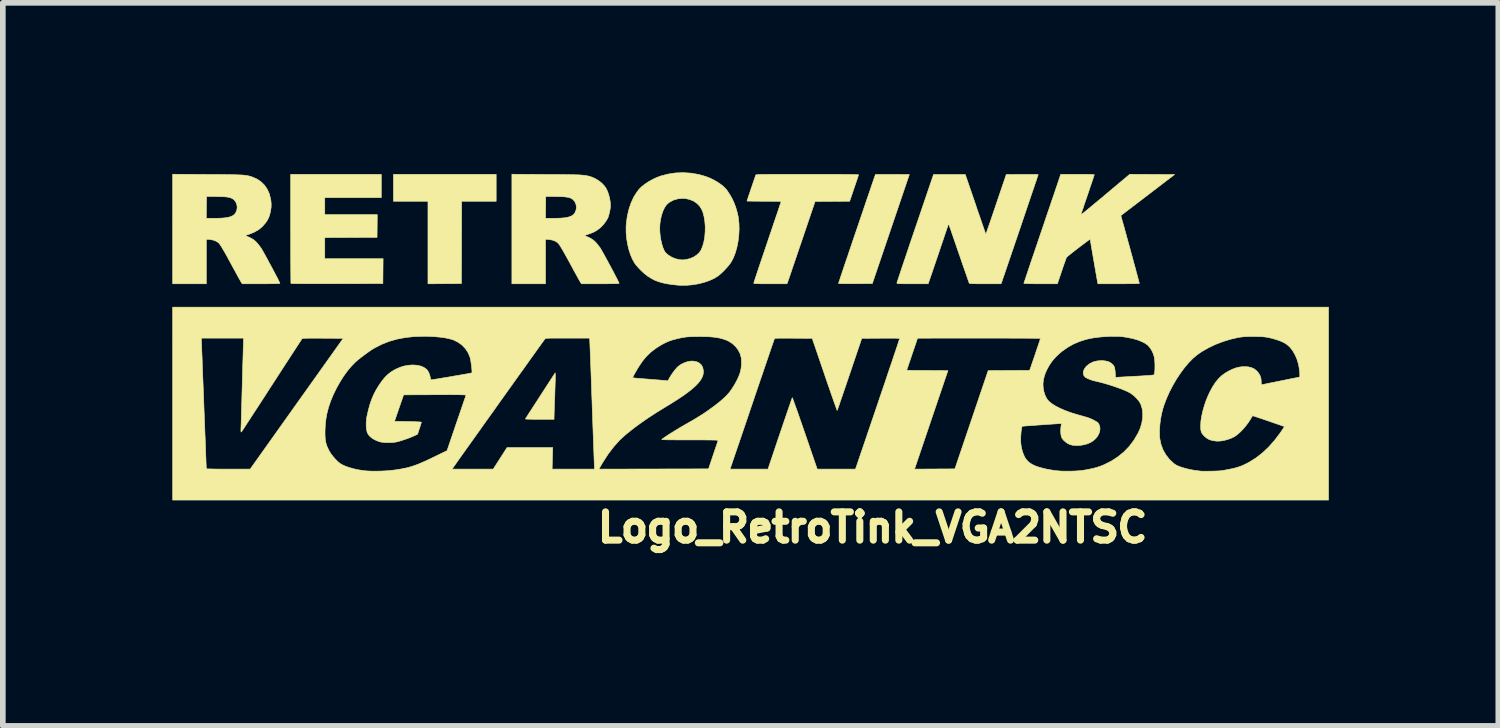
<source format=kicad_pcb>
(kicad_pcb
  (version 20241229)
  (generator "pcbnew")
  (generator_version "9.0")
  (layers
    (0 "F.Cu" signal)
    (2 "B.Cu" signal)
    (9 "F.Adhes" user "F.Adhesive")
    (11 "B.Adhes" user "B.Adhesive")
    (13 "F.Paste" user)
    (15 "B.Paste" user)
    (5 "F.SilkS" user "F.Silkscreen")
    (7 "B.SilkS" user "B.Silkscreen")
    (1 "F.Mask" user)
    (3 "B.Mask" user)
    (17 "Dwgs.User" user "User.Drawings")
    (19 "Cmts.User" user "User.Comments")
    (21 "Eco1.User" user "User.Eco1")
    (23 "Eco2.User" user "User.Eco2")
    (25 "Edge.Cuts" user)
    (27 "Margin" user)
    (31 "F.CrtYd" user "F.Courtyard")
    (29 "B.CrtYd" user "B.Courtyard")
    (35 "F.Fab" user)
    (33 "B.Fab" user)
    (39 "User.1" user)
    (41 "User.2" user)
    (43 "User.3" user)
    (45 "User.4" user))
  (footprint "Logo_RetroTink_VGA2NTSC"
    (layer "F.Cu")
    (at 10.359 5.394)
    (property "Reference" "Logo_RetroTink_VGA2NTSC" (at 2.032 0.889 0) (layer "F.SilkS") (effects (font (size 0.5 0.5) (thickness 0.125))))
    (attr through_hole)
    (fp_poly (pts (xy -4.629 -4.883) (xy -5.24 -4.883) (xy -5.242 -4.155) (xy -5.244 -3.426) (xy -5.54 -3.424) (xy -5.836 -3.422) (xy -5.836 -4.883) (xy -6.447 -4.883) (xy -6.447 -5.359) (xy -4.629 -5.359) (xy -4.629 -4.883)) (stroke (width 0.01) (type solid)) (fill yes) (layer "F.SilkS"))
    (fp_poly (pts (xy -3.582 -1.806) (xy -3.582 -1.79) (xy -3.583 -1.76) (xy -3.583 -1.718) (xy -3.585 -1.665) (xy -3.587 -1.604) (xy -3.589 -1.537) (xy -3.591 -1.466) (xy -3.592 -1.433) (xy -3.595 -1.361) (xy -3.598 -1.292) (xy -3.6 -1.228) (xy -3.602 -1.172) (xy -3.603 -1.125) (xy -3.604 -1.09) (xy -3.605 -1.067) (xy -3.605 -1.062) (xy -3.605 -1.024) (xy -3.859 -1.024) (xy -3.921 -1.024) (xy -3.977 -1.025) (xy -4.026 -1.026) (xy -4.065 -1.027) (xy -4.094 -1.028) (xy -4.109 -1.03) (xy -4.112 -1.031) (xy -4.107 -1.038) (xy -4.094 -1.058) (xy -4.075 -1.089) (xy -4.049 -1.13) (xy -4.017 -1.179) (xy -3.98 -1.236) (xy -3.939 -1.299) (xy -3.895 -1.367) (xy -3.849 -1.439) (xy -3.847 -1.442) (xy -3.585 -1.846) (xy -3.582 -1.806)) (stroke (width 0.01) (type solid)) (fill yes) (layer "F.SilkS"))
    (fp_poly (pts (xy -6.662 -4.947) (xy -7.662 -4.947) (xy -7.662 -4.645) (xy -6.733 -4.645) (xy -6.735 -4.444) (xy -6.737 -4.244) (xy -7.662 -4.24) (xy -7.662 -3.867) (xy -6.63 -3.867) (xy -6.632 -3.646) (xy -6.634 -3.426) (xy -7.444 -3.424) (xy -7.556 -3.424) (xy -7.664 -3.424) (xy -7.766 -3.424) (xy -7.862 -3.424) (xy -7.949 -3.424) (xy -8.028 -3.424) (xy -8.098 -3.425) (xy -8.156 -3.425) (xy -8.203 -3.426) (xy -8.236 -3.426) (xy -8.255 -3.427) (xy -8.26 -3.427) (xy -8.261 -3.436) (xy -8.262 -3.459) (xy -8.262 -3.497) (xy -8.263 -3.547) (xy -8.263 -3.609) (xy -8.264 -3.682) (xy -8.264 -3.766) (xy -8.265 -3.858) (xy -8.265 -3.959) (xy -8.265 -4.066) (xy -8.265 -4.18) (xy -8.265 -4.299) (xy -8.266 -4.396) (xy -8.266 -5.359) (xy -6.662 -5.359) (xy -6.662 -4.947)) (stroke (width 0.01) (type solid)) (fill yes) (layer "F.SilkS"))
    (fp_poly (pts (xy 2.309 -5.358) (xy 2.376 -5.358) (xy 2.384 -5.358) (xy 2.682 -5.356) (xy 2.027 -3.426) (xy 1.728 -3.424) (xy 1.641 -3.424) (xy 1.57 -3.424) (xy 1.514 -3.424) (xy 1.472 -3.425) (xy 1.445 -3.427) (xy 1.431 -3.429) (xy 1.429 -3.43) (xy 1.432 -3.439) (xy 1.439 -3.461) (xy 1.451 -3.496) (xy 1.466 -3.543) (xy 1.485 -3.6) (xy 1.508 -3.668) (xy 1.533 -3.743) (xy 1.561 -3.826) (xy 1.592 -3.915) (xy 1.623 -4.01) (xy 1.657 -4.108) (xy 1.691 -4.21) (xy 1.726 -4.313) (xy 1.762 -4.417) (xy 1.797 -4.521) (xy 1.832 -4.624) (xy 1.866 -4.724) (xy 1.899 -4.821) (xy 1.93 -4.913) (xy 1.96 -5) (xy 1.987 -5.079) (xy 2.011 -5.151) (xy 2.033 -5.214) (xy 2.051 -5.267) (xy 2.065 -5.308) (xy 2.076 -5.338) (xy 2.081 -5.354) (xy 2.082 -5.356) (xy 2.091 -5.357) (xy 2.113 -5.358) (xy 2.148 -5.358) (xy 2.194 -5.358) (xy 2.248 -5.358) (xy 2.309 -5.358)) (stroke (width 0.01) (type solid)) (fill yes) (layer "F.SilkS"))
    (fp_poly (pts (xy 1.02 -5.359) (xy 1.147 -5.359) (xy 1.259 -5.359) (xy 1.357 -5.359) (xy 1.443 -5.359) (xy 1.517 -5.358) (xy 1.58 -5.358) (xy 1.633 -5.357) (xy 1.677 -5.357) (xy 1.711 -5.356) (xy 1.738 -5.355) (xy 1.758 -5.354) (xy 1.772 -5.353) (xy 1.78 -5.351) (xy 1.784 -5.349) (xy 1.784 -5.348) (xy 1.78 -5.338) (xy 1.772 -5.315) (xy 1.761 -5.281) (xy 1.746 -5.237) (xy 1.729 -5.186) (xy 1.71 -5.131) (xy 1.703 -5.11) (xy 1.626 -4.883) (xy 1.32 -4.881) (xy 1.014 -4.879) (xy 0.773 -4.168) (xy 0.738 -4.066) (xy 0.705 -3.968) (xy 0.673 -3.874) (xy 0.643 -3.787) (xy 0.616 -3.708) (xy 0.592 -3.636) (xy 0.571 -3.574) (xy 0.553 -3.522) (xy 0.539 -3.482) (xy 0.53 -3.455) (xy 0.525 -3.441) (xy 0.524 -3.44) (xy 0.516 -3.422) (xy 0.222 -3.422) (xy 0.145 -3.422) (xy 0.082 -3.422) (xy 0.032 -3.423) (xy -0.007 -3.424) (xy -0.035 -3.425) (xy -0.054 -3.427) (xy -0.065 -3.429) (xy -0.071 -3.431) (xy -0.071 -3.433) (xy -0.069 -3.442) (xy -0.062 -3.465) (xy -0.05 -3.501) (xy -0.034 -3.549) (xy -0.015 -3.607) (xy 0.008 -3.676) (xy 0.034 -3.753) (xy 0.062 -3.837) (xy 0.093 -3.929) (xy 0.126 -4.025) (xy 0.16 -4.127) (xy 0.171 -4.158) (xy 0.205 -4.261) (xy 0.239 -4.359) (xy 0.27 -4.452) (xy 0.299 -4.538) (xy 0.326 -4.617) (xy 0.35 -4.687) (xy 0.37 -4.748) (xy 0.387 -4.799) (xy 0.4 -4.838) (xy 0.409 -4.864) (xy 0.413 -4.877) (xy 0.413 -4.878) (xy 0.405 -4.879) (xy 0.383 -4.88) (xy 0.349 -4.881) (xy 0.304 -4.882) (xy 0.25 -4.882) (xy 0.189 -4.883) (xy 0.122 -4.883) (xy 0.111 -4.883) (xy 0.044 -4.883) (xy -0.018 -4.884) (xy -0.074 -4.884) (xy -0.12 -4.885) (xy -0.156 -4.885) (xy -0.18 -4.886) (xy -0.19 -4.887) (xy -0.191 -4.887) (xy -0.188 -4.896) (xy -0.181 -4.917) (xy -0.171 -4.948) (xy -0.158 -4.988) (xy -0.142 -5.033) (xy -0.126 -5.083) (xy -0.108 -5.134) (xy -0.091 -5.184) (xy -0.075 -5.231) (xy -0.061 -5.273) (xy -0.049 -5.308) (xy -0.04 -5.333) (xy -0.036 -5.345) (xy -0.036 -5.346) (xy -0.034 -5.348) (xy -0.031 -5.35) (xy -0.025 -5.351) (xy -0.016 -5.353) (xy -0.002 -5.354) (xy 0.017 -5.355) (xy 0.042 -5.356) (xy 0.074 -5.357) (xy 0.113 -5.358) (xy 0.161 -5.358) (xy 0.219 -5.359) (xy 0.287 -5.359) (xy 0.366 -5.359) (xy 0.457 -5.359) (xy 0.562 -5.359) (xy 0.68 -5.359) (xy 0.812 -5.359) (xy 0.879 -5.359) (xy 1.02 -5.359)) (stroke (width 0.01) (type solid)) (fill yes) (layer "F.SilkS"))
    (fp_poly (pts (xy -9.748 -5.357) (xy -9.627 -5.357) (xy -9.521 -5.356) (xy -9.428 -5.355) (xy -9.348 -5.354) (xy -9.278 -5.353) (xy -9.219 -5.351) (xy -9.168 -5.349) (xy -9.126 -5.347) (xy -9.089 -5.344) (xy -9.059 -5.34) (xy -9.032 -5.336) (xy -9.008 -5.331) (xy -8.986 -5.325) (xy -8.965 -5.319) (xy -8.943 -5.311) (xy -8.937 -5.309) (xy -8.855 -5.272) (xy -8.785 -5.223) (xy -8.726 -5.164) (xy -8.679 -5.094) (xy -8.643 -5.014) (xy -8.62 -4.923) (xy -8.615 -4.891) (xy -8.61 -4.834) (xy -8.611 -4.777) (xy -8.62 -4.717) (xy -8.631 -4.667) (xy -8.644 -4.621) (xy -8.659 -4.583) (xy -8.679 -4.546) (xy -8.706 -4.505) (xy -8.712 -4.498) (xy -8.768 -4.433) (xy -8.834 -4.379) (xy -8.91 -4.336) (xy -8.993 -4.302) (xy -9.07 -4.277) (xy -9.039 -4.263) (xy -8.991 -4.242) (xy -8.951 -4.221) (xy -8.917 -4.199) (xy -8.887 -4.173) (xy -8.856 -4.14) (xy -8.821 -4.097) (xy -8.794 -4.061) (xy -8.784 -4.047) (xy -8.769 -4.02) (xy -8.748 -3.984) (xy -8.724 -3.94) (xy -8.696 -3.89) (xy -8.667 -3.836) (xy -8.636 -3.778) (xy -8.604 -3.72) (xy -8.574 -3.663) (xy -8.545 -3.608) (xy -8.518 -3.557) (xy -8.495 -3.513) (xy -8.477 -3.476) (xy -8.464 -3.449) (xy -8.457 -3.433) (xy -8.456 -3.43) (xy -8.464 -3.428) (xy -8.488 -3.426) (xy -8.526 -3.425) (xy -8.58 -3.423) (xy -8.649 -3.423) (xy -8.733 -3.422) (xy -8.789 -3.422) (xy -9.123 -3.422) (xy -9.142 -3.452) (xy -9.15 -3.465) (xy -9.164 -3.491) (xy -9.185 -3.527) (xy -9.21 -3.573) (xy -9.238 -3.625) (xy -9.27 -3.683) (xy -9.304 -3.745) (xy -9.314 -3.764) (xy -9.359 -3.846) (xy -9.397 -3.916) (xy -9.429 -3.974) (xy -9.457 -4.021) (xy -9.479 -4.059) (xy -9.498 -4.09) (xy -9.514 -4.113) (xy -9.527 -4.131) (xy -9.539 -4.145) (xy -9.545 -4.15) (xy -9.581 -4.174) (xy -9.627 -4.193) (xy -9.681 -4.204) (xy -9.699 -4.206) (xy -9.758 -4.21) (xy -9.758 -3.422) (xy -10.354 -3.422) (xy -10.354 -4.581) (xy -9.759 -4.581) (xy -9.61 -4.582) (xy -9.548 -4.582) (xy -9.491 -4.584) (xy -9.443 -4.588) (xy -9.407 -4.592) (xy -9.4 -4.593) (xy -9.341 -4.606) (xy -9.296 -4.624) (xy -9.262 -4.648) (xy -9.238 -4.68) (xy -9.221 -4.721) (xy -9.217 -4.733) (xy -9.212 -4.78) (xy -9.219 -4.827) (xy -9.238 -4.871) (xy -9.266 -4.907) (xy -9.293 -4.928) (xy -9.318 -4.94) (xy -9.346 -4.949) (xy -9.38 -4.956) (xy -9.422 -4.961) (xy -9.475 -4.964) (xy -9.54 -4.965) (xy -9.587 -4.966) (xy -9.754 -4.966) (xy -9.759 -4.581) (xy -10.354 -4.581) (xy -10.354 -5.361) (xy -9.748 -5.357)) (stroke (width 0.01) (type solid)) (fill yes) (layer "F.SilkS"))
    (fp_poly (pts (xy -1.18 -5.38) (xy -1.043 -5.356) (xy -0.92 -5.321) (xy -0.846 -5.292) (xy -0.774 -5.257) (xy -0.706 -5.217) (xy -0.645 -5.175) (xy -0.593 -5.131) (xy -0.553 -5.088) (xy -0.543 -5.074) (xy -0.529 -5.053) (xy -0.51 -5.024) (xy -0.493 -4.998) (xy -0.457 -4.936) (xy -0.423 -4.863) (xy -0.392 -4.783) (xy -0.367 -4.699) (xy -0.348 -4.618) (xy -0.343 -4.585) (xy -0.332 -4.485) (xy -0.33 -4.38) (xy -0.336 -4.274) (xy -0.349 -4.17) (xy -0.369 -4.069) (xy -0.396 -3.974) (xy -0.428 -3.889) (xy -0.466 -3.815) (xy -0.484 -3.788) (xy -0.514 -3.748) (xy -0.552 -3.704) (xy -0.594 -3.659) (xy -0.637 -3.617) (xy -0.677 -3.581) (xy -0.704 -3.56) (xy -0.776 -3.516) (xy -0.86 -3.478) (xy -0.954 -3.446) (xy -1.055 -3.421) (xy -1.159 -3.404) (xy -1.265 -3.395) (xy -1.369 -3.395) (xy -1.425 -3.399) (xy -1.527 -3.41) (xy -1.616 -3.424) (xy -1.694 -3.441) (xy -1.762 -3.462) (xy -1.825 -3.486) (xy -1.883 -3.517) (xy -1.94 -3.552) (xy -1.952 -3.561) (xy -2.008 -3.604) (xy -2.063 -3.655) (xy -2.115 -3.709) (xy -2.16 -3.762) (xy -2.175 -3.783) (xy -2.216 -3.853) (xy -2.251 -3.935) (xy -2.281 -4.026) (xy -2.304 -4.124) (xy -2.321 -4.226) (xy -2.33 -4.328) (xy -2.33 -4.415) (xy -1.735 -4.415) (xy -1.733 -4.343) (xy -1.726 -4.268) (xy -1.714 -4.195) (xy -1.698 -4.126) (xy -1.679 -4.064) (xy -1.657 -4.013) (xy -1.643 -3.989) (xy -1.615 -3.957) (xy -1.576 -3.926) (xy -1.531 -3.898) (xy -1.484 -3.876) (xy -1.448 -3.864) (xy -1.405 -3.854) (xy -1.373 -3.848) (xy -1.347 -3.845) (xy -1.323 -3.845) (xy -1.297 -3.848) (xy -1.268 -3.852) (xy -1.2 -3.868) (xy -1.136 -3.895) (xy -1.081 -3.931) (xy -1.035 -3.974) (xy -1.003 -4.02) (xy -0.975 -4.089) (xy -0.953 -4.168) (xy -0.938 -4.255) (xy -0.931 -4.346) (xy -0.93 -4.438) (xy -0.937 -4.528) (xy -0.951 -4.612) (xy -0.971 -4.689) (xy -0.994 -4.742) (xy -1.031 -4.8) (xy -1.081 -4.849) (xy -1.14 -4.888) (xy -1.208 -4.915) (xy -1.282 -4.931) (xy -1.33 -4.934) (xy -1.41 -4.927) (xy -1.487 -4.905) (xy -1.559 -4.868) (xy -1.575 -4.857) (xy -1.615 -4.82) (xy -1.65 -4.769) (xy -1.68 -4.705) (xy -1.705 -4.629) (xy -1.723 -4.543) (xy -1.731 -4.482) (xy -1.735 -4.415) (xy -2.33 -4.415) (xy -2.33 -4.429) (xy -2.327 -4.483) (xy -2.309 -4.617) (xy -2.28 -4.742) (xy -2.241 -4.856) (xy -2.193 -4.96) (xy -2.135 -5.051) (xy -2.094 -5.102) (xy -2.052 -5.143) (xy -1.997 -5.186) (xy -1.934 -5.228) (xy -1.865 -5.267) (xy -1.794 -5.301) (xy -1.725 -5.327) (xy -1.723 -5.328) (xy -1.591 -5.363) (xy -1.456 -5.384) (xy -1.319 -5.389) (xy -1.18 -5.38)) (stroke (width 0.01) (type solid)) (fill yes) (layer "F.SilkS"))
    (fp_poly (pts (xy -3.746 -5.357) (xy -3.626 -5.357) (xy -3.52 -5.356) (xy -3.428 -5.355) (xy -3.349 -5.354) (xy -3.28 -5.353) (xy -3.222 -5.351) (xy -3.172 -5.35) (xy -3.13 -5.347) (xy -3.094 -5.344) (xy -3.063 -5.341) (xy -3.037 -5.337) (xy -3.013 -5.332) (xy -2.991 -5.327) (xy -2.969 -5.321) (xy -2.946 -5.313) (xy -2.942 -5.312) (xy -2.883 -5.287) (xy -2.824 -5.252) (xy -2.769 -5.211) (xy -2.723 -5.165) (xy -2.688 -5.119) (xy -2.688 -5.118) (xy -2.66 -5.062) (xy -2.637 -4.997) (xy -2.62 -4.928) (xy -2.609 -4.861) (xy -2.607 -4.799) (xy -2.609 -4.773) (xy -2.615 -4.73) (xy -2.625 -4.683) (xy -2.636 -4.639) (xy -2.648 -4.6) (xy -2.659 -4.576) (xy -2.685 -4.532) (xy -2.72 -4.485) (xy -2.758 -4.441) (xy -2.788 -4.413) (xy -2.839 -4.374) (xy -2.892 -4.342) (xy -2.952 -4.316) (xy -2.991 -4.302) (xy -3.068 -4.277) (xy -3.036 -4.263) (xy -2.988 -4.242) (xy -2.948 -4.221) (xy -2.915 -4.199) (xy -2.884 -4.173) (xy -2.853 -4.14) (xy -2.819 -4.097) (xy -2.791 -4.061) (xy -2.782 -4.047) (xy -2.766 -4.02) (xy -2.746 -3.984) (xy -2.721 -3.94) (xy -2.694 -3.89) (xy -2.664 -3.836) (xy -2.633 -3.778) (xy -2.602 -3.72) (xy -2.571 -3.663) (xy -2.542 -3.608) (xy -2.516 -3.557) (xy -2.493 -3.513) (xy -2.474 -3.476) (xy -2.461 -3.449) (xy -2.454 -3.433) (xy -2.453 -3.43) (xy -2.461 -3.428) (xy -2.485 -3.426) (xy -2.524 -3.425) (xy -2.578 -3.423) (xy -2.647 -3.423) (xy -2.73 -3.422) (xy -2.787 -3.422) (xy -3.12 -3.422) (xy -3.139 -3.452) (xy -3.147 -3.465) (xy -3.162 -3.491) (xy -3.182 -3.527) (xy -3.207 -3.573) (xy -3.236 -3.625) (xy -3.268 -3.683) (xy -3.301 -3.745) (xy -3.311 -3.764) (xy -3.356 -3.846) (xy -3.395 -3.916) (xy -3.427 -3.974) (xy -3.454 -4.021) (xy -3.477 -4.059) (xy -3.495 -4.09) (xy -3.511 -4.113) (xy -3.525 -4.131) (xy -3.537 -4.145) (xy -3.542 -4.15) (xy -3.578 -4.174) (xy -3.625 -4.193) (xy -3.678 -4.204) (xy -3.697 -4.206) (xy -3.756 -4.21) (xy -3.756 -3.422) (xy -4.351 -3.422) (xy -4.351 -4.581) (xy -3.756 -4.581) (xy -3.607 -4.582) (xy -3.545 -4.582) (xy -3.489 -4.584) (xy -3.441 -4.588) (xy -3.404 -4.592) (xy -3.397 -4.593) (xy -3.339 -4.606) (xy -3.294 -4.624) (xy -3.26 -4.648) (xy -3.235 -4.68) (xy -3.218 -4.721) (xy -3.215 -4.733) (xy -3.209 -4.78) (xy -3.217 -4.827) (xy -3.235 -4.871) (xy -3.263 -4.907) (xy -3.29 -4.928) (xy -3.315 -4.94) (xy -3.343 -4.949) (xy -3.378 -4.956) (xy -3.42 -4.961) (xy -3.472 -4.964) (xy -3.537 -4.965) (xy -3.584 -4.966) (xy -3.752 -4.966) (xy -3.754 -4.774) (xy -3.756 -4.581) (xy -4.351 -4.581) (xy -4.351 -5.361) (xy -3.746 -5.357)) (stroke (width 0.01) (type solid)) (fill yes) (layer "F.SilkS"))
    (fp_poly (pts (xy 4.858 -5.358) (xy 4.902 -5.358) (xy 4.935 -5.357) (xy 4.956 -5.357) (xy 4.962 -5.356) (xy 4.96 -5.348) (xy 4.953 -5.326) (xy 4.941 -5.291) (xy 4.926 -5.245) (xy 4.906 -5.188) (xy 4.884 -5.121) (xy 4.858 -5.046) (xy 4.83 -4.963) (xy 4.8 -4.874) (xy 4.768 -4.78) (xy 4.735 -4.682) (xy 4.701 -4.581) (xy 4.666 -4.478) (xy 4.631 -4.374) (xy 4.596 -4.271) (xy 4.561 -4.169) (xy 4.527 -4.069) (xy 4.494 -3.973) (xy 4.463 -3.881) (xy 4.434 -3.796) (xy 4.407 -3.717) (xy 4.383 -3.646) (xy 4.362 -3.584) (xy 4.344 -3.533) (xy 4.33 -3.492) (xy 4.321 -3.464) (xy 4.315 -3.45) (xy 4.315 -3.448) (xy 4.304 -3.422) (xy 4.026 -3.422) (xy 3.952 -3.422) (xy 3.892 -3.422) (xy 3.845 -3.423) (xy 3.809 -3.424) (xy 3.783 -3.425) (xy 3.765 -3.426) (xy 3.753 -3.428) (xy 3.746 -3.431) (xy 3.742 -3.434) (xy 3.741 -3.436) (xy 3.737 -3.446) (xy 3.729 -3.469) (xy 3.716 -3.505) (xy 3.7 -3.552) (xy 3.68 -3.61) (xy 3.657 -3.676) (xy 3.631 -3.749) (xy 3.604 -3.829) (xy 3.575 -3.913) (xy 3.556 -3.967) (xy 3.526 -4.054) (xy 3.498 -4.136) (xy 3.472 -4.212) (xy 3.448 -4.281) (xy 3.427 -4.342) (xy 3.409 -4.394) (xy 3.394 -4.435) (xy 3.384 -4.464) (xy 3.378 -4.48) (xy 3.376 -4.483) (xy 3.374 -4.475) (xy 3.366 -4.454) (xy 3.355 -4.42) (xy 3.339 -4.376) (xy 3.321 -4.322) (xy 3.3 -4.26) (xy 3.277 -4.191) (xy 3.252 -4.117) (xy 3.239 -4.08) (xy 3.212 -3.999) (xy 3.185 -3.918) (xy 3.158 -3.84) (xy 3.133 -3.766) (xy 3.11 -3.698) (xy 3.09 -3.639) (xy 3.074 -3.591) (xy 3.061 -3.556) (xy 3.06 -3.551) (xy 3.015 -3.422) (xy 2.738 -3.422) (xy 2.665 -3.422) (xy 2.605 -3.422) (xy 2.559 -3.423) (xy 2.523 -3.423) (xy 2.498 -3.425) (xy 2.48 -3.426) (xy 2.47 -3.428) (xy 2.464 -3.431) (xy 2.462 -3.434) (xy 2.462 -3.436) (xy 2.464 -3.445) (xy 2.472 -3.468) (xy 2.484 -3.505) (xy 2.5 -3.554) (xy 2.52 -3.614) (xy 2.543 -3.684) (xy 2.57 -3.764) (xy 2.6 -3.853) (xy 2.633 -3.95) (xy 2.667 -4.053) (xy 2.704 -4.163) (xy 2.743 -4.277) (xy 2.783 -4.395) (xy 2.786 -4.403) (xy 3.11 -5.356) (xy 3.672 -5.356) (xy 3.853 -4.829) (xy 3.882 -4.741) (xy 3.911 -4.658) (xy 3.938 -4.58) (xy 3.962 -4.51) (xy 3.983 -4.448) (xy 4.002 -4.394) (xy 4.017 -4.352) (xy 4.027 -4.321) (xy 4.034 -4.303) (xy 4.035 -4.299) (xy 4.038 -4.306) (xy 4.046 -4.327) (xy 4.058 -4.36) (xy 4.073 -4.405) (xy 4.092 -4.46) (xy 4.115 -4.524) (xy 4.139 -4.596) (xy 4.166 -4.675) (xy 4.195 -4.76) (xy 4.217 -4.826) (xy 4.397 -5.356) (xy 4.68 -5.358) (xy 4.745 -5.358) (xy 4.805 -5.358) (xy 4.858 -5.358)) (stroke (width 0.01) (type solid)) (fill yes) (layer "F.SilkS"))
    (fp_poly (pts (xy 6.979 -5.358) (xy 7.376 -5.356) (xy 6.9 -4.992) (xy 6.425 -4.629) (xy 6.433 -4.599) (xy 6.455 -4.52) (xy 6.479 -4.436) (xy 6.503 -4.348) (xy 6.528 -4.257) (xy 6.553 -4.165) (xy 6.579 -4.073) (xy 6.603 -3.983) (xy 6.628 -3.894) (xy 6.65 -3.81) (xy 6.672 -3.731) (xy 6.691 -3.658) (xy 6.709 -3.593) (xy 6.724 -3.537) (xy 6.736 -3.491) (xy 6.745 -3.457) (xy 6.75 -3.435) (xy 6.752 -3.428) (xy 6.743 -3.427) (xy 6.72 -3.426) (xy 6.685 -3.425) (xy 6.639 -3.424) (xy 6.582 -3.423) (xy 6.519 -3.423) (xy 6.448 -3.422) (xy 6.383 -3.422) (xy 6.019 -3.422) (xy 6.015 -3.44) (xy 6.012 -3.453) (xy 6.008 -3.479) (xy 6.001 -3.516) (xy 5.993 -3.563) (xy 5.983 -3.618) (xy 5.973 -3.678) (xy 5.961 -3.743) (xy 5.95 -3.81) (xy 5.938 -3.877) (xy 5.927 -3.943) (xy 5.916 -4.005) (xy 5.907 -4.061) (xy 5.898 -4.111) (xy 5.892 -4.152) (xy 5.887 -4.181) (xy 5.884 -4.198) (xy 5.884 -4.202) (xy 5.878 -4.207) (xy 5.873 -4.206) (xy 5.863 -4.2) (xy 5.843 -4.185) (xy 5.814 -4.164) (xy 5.778 -4.137) (xy 5.737 -4.106) (xy 5.693 -4.073) (xy 5.649 -4.039) (xy 5.605 -4.005) (xy 5.564 -3.973) (xy 5.528 -3.944) (xy 5.498 -3.92) (xy 5.477 -3.903) (xy 5.466 -3.893) (xy 5.465 -3.892) (xy 5.46 -3.882) (xy 5.451 -3.858) (xy 5.439 -3.823) (xy 5.423 -3.779) (xy 5.405 -3.728) (xy 5.386 -3.671) (xy 5.379 -3.65) (xy 5.302 -3.422) (xy 5.005 -3.422) (xy 4.934 -3.422) (xy 4.87 -3.423) (xy 4.815 -3.424) (xy 4.769 -3.425) (xy 4.736 -3.426) (xy 4.715 -3.428) (xy 4.708 -3.429) (xy 4.711 -3.438) (xy 4.718 -3.46) (xy 4.73 -3.495) (xy 4.746 -3.543) (xy 4.766 -3.602) (xy 4.789 -3.671) (xy 4.815 -3.749) (xy 4.844 -3.836) (xy 4.876 -3.929) (xy 4.91 -4.029) (xy 4.946 -4.135) (xy 4.983 -4.245) (xy 4.991 -4.269) (xy 5.03 -4.383) (xy 5.068 -4.494) (xy 5.104 -4.602) (xy 5.139 -4.705) (xy 5.173 -4.803) (xy 5.203 -4.894) (xy 5.232 -4.977) (xy 5.257 -5.051) (xy 5.278 -5.114) (xy 5.296 -5.166) (xy 5.309 -5.205) (xy 5.317 -5.23) (xy 5.317 -5.23) (xy 5.361 -5.359) (xy 5.658 -5.359) (xy 5.729 -5.359) (xy 5.793 -5.359) (xy 5.849 -5.358) (xy 5.894 -5.357) (xy 5.928 -5.355) (xy 5.949 -5.354) (xy 5.955 -5.352) (xy 5.952 -5.344) (xy 5.945 -5.321) (xy 5.934 -5.287) (xy 5.919 -5.242) (xy 5.901 -5.189) (xy 5.88 -5.128) (xy 5.858 -5.061) (xy 5.836 -4.997) (xy 5.812 -4.926) (xy 5.789 -4.86) (xy 5.769 -4.8) (xy 5.752 -4.747) (xy 5.737 -4.704) (xy 5.727 -4.671) (xy 5.72 -4.65) (xy 5.719 -4.643) (xy 5.725 -4.647) (xy 5.742 -4.661) (xy 5.77 -4.683) (xy 5.807 -4.713) (xy 5.852 -4.75) (xy 5.904 -4.793) (xy 5.963 -4.842) (xy 6.027 -4.895) (xy 6.096 -4.952) (xy 6.151 -4.999) (xy 6.582 -5.36) (xy 6.979 -5.358)) (stroke (width 0.01) (type solid)) (fill yes) (layer "F.SilkS"))
    (fp_poly (pts (xy 10.1 0.405) (xy -10.354 0.405) (xy -10.354 -2.461) (xy -9.846 -2.461) (xy -9.846 -2.444) (xy -9.845 -2.434) (xy -9.844 -2.409) (xy -9.843 -2.37) (xy -9.841 -2.318) (xy -9.839 -2.253) (xy -9.836 -2.178) (xy -9.832 -2.092) (xy -9.829 -1.996) (xy -9.825 -1.892) (xy -9.821 -1.78) (xy -9.816 -1.661) (xy -9.811 -1.537) (xy -9.806 -1.407) (xy -9.802 -1.291) (xy -9.797 -1.158) (xy -9.792 -1.029) (xy -9.787 -0.906) (xy -9.783 -0.789) (xy -9.778 -0.679) (xy -9.774 -0.576) (xy -9.771 -0.483) (xy -9.768 -0.399) (xy -9.765 -0.326) (xy -9.763 -0.264) (xy -9.761 -0.214) (xy -9.759 -0.178) (xy -9.758 -0.156) (xy -9.758 -0.15) (xy -9.751 -0.148) (xy -9.729 -0.147) (xy -9.694 -0.146) (xy -9.647 -0.145) (xy -9.591 -0.144) (xy -9.527 -0.143) (xy -9.456 -0.143) (xy -9.38 -0.143) (xy -9.37 -0.143) (xy -8.982 -0.143) (xy -8.516 -0.798) (xy -7.658 -0.798) (xy -7.657 -0.729) (xy -7.653 -0.671) (xy -7.645 -0.621) (xy -7.633 -0.575) (xy -7.615 -0.529) (xy -7.591 -0.479) (xy -7.585 -0.467) (xy -7.556 -0.419) (xy -7.518 -0.369) (xy -7.476 -0.321) (xy -7.433 -0.277) (xy -7.391 -0.243) (xy -7.373 -0.231) (xy -7.315 -0.202) (xy -7.243 -0.175) (xy -7.16 -0.151) (xy -7.07 -0.131) (xy -6.974 -0.116) (xy -6.966 -0.115) (xy -6.906 -0.11) (xy -6.834 -0.107) (xy -6.754 -0.107) (xy -6.671 -0.108) (xy -6.588 -0.112) (xy -6.509 -0.118) (xy -6.439 -0.126) (xy -6.435 -0.126) (xy -6.362 -0.137) (xy -6.328 -0.143) (xy -2.811 -0.143) (xy -2.781 -0.143) (xy -0.492 -0.143) (xy 0.181 -0.143) (xy 0.232 -0.296) (xy 0.263 -0.387) (xy 0.294 -0.48) (xy 0.326 -0.575) (xy 0.358 -0.671) (xy 0.39 -0.765) (xy 0.422 -0.858) (xy 0.452 -0.947) (xy 0.481 -1.032) (xy 0.508 -1.111) (xy 0.533 -1.184) (xy 0.555 -1.248) (xy 0.574 -1.303) (xy 0.589 -1.348) (xy 0.601 -1.381) (xy 0.608 -1.401) (xy 0.61 -1.407) (xy 0.614 -1.4) (xy 0.622 -1.38) (xy 0.634 -1.347) (xy 0.65 -1.302) (xy 0.67 -1.246) (xy 0.694 -1.181) (xy 0.72 -1.107) (xy 0.748 -1.025) (xy 0.779 -0.937) (xy 0.811 -0.844) (xy 0.834 -0.778) (xy 1.052 -0.143) (xy 1.729 -0.143) (xy 1.753 -0.212) (xy 1.827 -0.431) (xy 1.899 -0.641) (xy 1.966 -0.84) (xy 2.031 -1.03) (xy 2.092 -1.209) (xy 2.149 -1.378) (xy 2.202 -1.535) (xy 2.252 -1.681) (xy 2.297 -1.816) (xy 2.323 -1.893) (xy 2.636 -1.893) (xy 2.644 -1.892) (xy 2.666 -1.892) (xy 2.7 -1.891) (xy 2.746 -1.89) (xy 2.802 -1.889) (xy 2.865 -1.889) (xy 2.935 -1.888) (xy 3 -1.888) (xy 3.365 -1.886) (xy 3.069 -1.014) (xy 2.774 -0.143) (xy 3.131 -0.145) (xy 3.488 -0.147) (xy 3.667 -0.675) (xy 4.652 -0.675) (xy 4.655 -0.595) (xy 4.665 -0.524) (xy 4.684 -0.453) (xy 4.702 -0.403) (xy 4.727 -0.349) (xy 4.76 -0.303) (xy 4.801 -0.262) (xy 4.852 -0.228) (xy 4.915 -0.198) (xy 4.99 -0.173) (xy 5.079 -0.15) (xy 5.11 -0.143) (xy 5.181 -0.13) (xy 5.244 -0.12) (xy 5.304 -0.113) (xy 5.366 -0.108) (xy 5.432 -0.107) (xy 5.509 -0.107) (xy 5.538 -0.107) (xy 5.606 -0.109) (xy 5.661 -0.112) (xy 5.711 -0.116) (xy 5.757 -0.122) (xy 5.806 -0.13) (xy 5.806 -0.13) (xy 5.883 -0.145) (xy 5.947 -0.159) (xy 6.004 -0.175) (xy 6.056 -0.192) (xy 6.108 -0.212) (xy 6.133 -0.223) (xy 6.26 -0.287) (xy 6.376 -0.363) (xy 6.482 -0.45) (xy 6.575 -0.547) (xy 6.657 -0.656) (xy 6.726 -0.773) (xy 7.108 -0.773) (xy 7.112 -0.698) (xy 7.114 -0.683) (xy 7.135 -0.582) (xy 7.17 -0.487) (xy 7.22 -0.398) (xy 7.283 -0.317) (xy 7.361 -0.244) (xy 7.372 -0.235) (xy 7.407 -0.213) (xy 7.455 -0.191) (xy 7.513 -0.171) (xy 7.579 -0.152) (xy 7.651 -0.135) (xy 7.725 -0.122) (xy 7.745 -0.12) (xy 7.779 -0.115) (xy 7.809 -0.111) (xy 7.831 -0.108) (xy 7.833 -0.108) (xy 7.848 -0.107) (xy 7.876 -0.106) (xy 7.914 -0.106) (xy 7.96 -0.106) (xy 8.011 -0.107) (xy 8.023 -0.107) (xy 8.083 -0.108) (xy 8.131 -0.11) (xy 8.172 -0.112) (xy 8.208 -0.116) (xy 8.245 -0.121) (xy 8.286 -0.129) (xy 8.317 -0.135) (xy 8.392 -0.15) (xy 8.455 -0.165) (xy 8.51 -0.182) (xy 8.561 -0.2) (xy 8.613 -0.223) (xy 8.668 -0.251) (xy 8.713 -0.276) (xy 8.825 -0.347) (xy 8.934 -0.433) (xy 9.04 -0.533) (xy 9.141 -0.647) (xy 9.238 -0.774) (xy 9.28 -0.835) (xy 9.32 -0.896) (xy 9.039 -0.993) (xy 8.975 -1.015) (xy 8.917 -1.035) (xy 8.865 -1.052) (xy 8.821 -1.067) (xy 8.787 -1.078) (xy 8.765 -1.085) (xy 8.755 -1.087) (xy 8.755 -1.087) (xy 8.75 -1.079) (xy 8.74 -1.061) (xy 8.725 -1.037) (xy 8.724 -1.034) (xy 8.683 -0.97) (xy 8.636 -0.908) (xy 8.586 -0.849) (xy 8.534 -0.796) (xy 8.484 -0.752) (xy 8.439 -0.72) (xy 8.381 -0.691) (xy 8.315 -0.667) (xy 8.246 -0.649) (xy 8.178 -0.639) (xy 8.118 -0.638) (xy 8.111 -0.639) (xy 8.047 -0.648) (xy 7.995 -0.663) (xy 7.951 -0.686) (xy 7.91 -0.719) (xy 7.903 -0.726) (xy 7.877 -0.754) (xy 7.858 -0.779) (xy 7.847 -0.806) (xy 7.84 -0.838) (xy 7.837 -0.88) (xy 7.837 -0.914) (xy 7.841 -0.99) (xy 7.854 -1.075) (xy 7.874 -1.167) (xy 7.901 -1.262) (xy 7.933 -1.357) (xy 7.971 -1.448) (xy 7.999 -1.508) (xy 8.049 -1.6) (xy 8.1 -1.678) (xy 8.154 -1.744) (xy 8.213 -1.8) (xy 8.279 -1.847) (xy 8.334 -1.879) (xy 8.403 -1.912) (xy 8.465 -1.935) (xy 8.524 -1.949) (xy 8.584 -1.956) (xy 8.607 -1.956) (xy 8.677 -1.953) (xy 8.736 -1.939) (xy 8.786 -1.916) (xy 8.83 -1.88) (xy 8.863 -1.841) (xy 8.889 -1.796) (xy 8.904 -1.748) (xy 8.909 -1.693) (xy 8.909 -1.69) (xy 8.909 -1.663) (xy 8.91 -1.644) (xy 8.912 -1.636) (xy 8.912 -1.636) (xy 8.92 -1.637) (xy 8.943 -1.642) (xy 8.977 -1.648) (xy 9.023 -1.658) (xy 9.077 -1.669) (xy 9.139 -1.681) (xy 9.206 -1.695) (xy 9.247 -1.703) (xy 9.318 -1.717) (xy 9.383 -1.731) (xy 9.443 -1.743) (xy 9.494 -1.753) (xy 9.536 -1.761) (xy 9.566 -1.767) (xy 9.583 -1.77) (xy 9.586 -1.771) (xy 9.59 -1.778) (xy 9.591 -1.798) (xy 9.591 -1.828) (xy 9.588 -1.864) (xy 9.584 -1.904) (xy 9.578 -1.944) (xy 9.571 -1.982) (xy 9.565 -2.009) (xy 9.539 -2.094) (xy 9.505 -2.17) (xy 9.462 -2.244) (xy 9.458 -2.248) (xy 9.418 -2.299) (xy 9.371 -2.342) (xy 9.315 -2.379) (xy 9.247 -2.41) (xy 9.166 -2.438) (xy 9.157 -2.44) (xy 9.102 -2.456) (xy 9.055 -2.467) (xy 9.012 -2.476) (xy 8.969 -2.482) (xy 8.923 -2.486) (xy 8.87 -2.488) (xy 8.806 -2.489) (xy 8.774 -2.489) (xy 8.711 -2.489) (xy 8.661 -2.488) (xy 8.62 -2.487) (xy 8.585 -2.484) (xy 8.553 -2.48) (xy 8.519 -2.475) (xy 8.496 -2.471) (xy 8.362 -2.44) (xy 8.229 -2.399) (xy 8.099 -2.349) (xy 7.976 -2.29) (xy 7.862 -2.226) (xy 7.776 -2.166) (xy 7.701 -2.103) (xy 7.625 -2.026) (xy 7.55 -1.937) (xy 7.477 -1.838) (xy 7.407 -1.732) (xy 7.342 -1.62) (xy 7.282 -1.504) (xy 7.23 -1.386) (xy 7.186 -1.269) (xy 7.167 -1.207) (xy 7.146 -1.125) (xy 7.129 -1.037) (xy 7.117 -0.946) (xy 7.11 -0.857) (xy 7.108 -0.773) (xy 6.726 -0.773) (xy 6.727 -0.774) (xy 6.733 -0.786) (xy 6.771 -0.873) (xy 6.796 -0.962) (xy 6.81 -1.05) (xy 6.812 -1.136) (xy 6.801 -1.216) (xy 6.778 -1.289) (xy 6.772 -1.303) (xy 6.748 -1.342) (xy 6.714 -1.384) (xy 6.674 -1.425) (xy 6.629 -1.463) (xy 6.587 -1.492) (xy 6.547 -1.513) (xy 6.495 -1.536) (xy 6.432 -1.562) (xy 6.362 -1.587) (xy 6.287 -1.613) (xy 6.211 -1.637) (xy 6.135 -1.66) (xy 6.062 -1.679) (xy 5.996 -1.695) (xy 5.992 -1.696) (xy 5.937 -1.709) (xy 5.886 -1.726) (xy 5.841 -1.744) (xy 5.806 -1.762) (xy 5.794 -1.771) (xy 5.77 -1.8) (xy 5.759 -1.835) (xy 5.762 -1.874) (xy 5.779 -1.914) (xy 5.809 -1.956) (xy 5.821 -1.968) (xy 5.873 -2.009) (xy 5.934 -2.039) (xy 6.003 -2.057) (xy 6.077 -2.063) (xy 6.109 -2.062) (xy 6.158 -2.056) (xy 6.197 -2.047) (xy 6.228 -2.034) (xy 6.258 -2.014) (xy 6.258 -2.014) (xy 6.283 -1.992) (xy 6.302 -1.967) (xy 6.314 -1.937) (xy 6.321 -1.899) (xy 6.326 -1.848) (xy 6.33 -1.765) (xy 6.363 -1.768) (xy 6.378 -1.769) (xy 6.407 -1.771) (xy 6.448 -1.773) (xy 6.499 -1.776) (xy 6.558 -1.779) (xy 6.623 -1.783) (xy 6.692 -1.787) (xy 6.701 -1.787) (xy 6.792 -1.792) (xy 6.867 -1.797) (xy 6.926 -1.801) (xy 6.97 -1.805) (xy 6.999 -1.808) (xy 7.011 -1.812) (xy 7.012 -1.812) (xy 7.019 -1.832) (xy 7.024 -1.864) (xy 7.027 -1.905) (xy 7.028 -1.952) (xy 7.028 -2.001) (xy 7.025 -2.049) (xy 7.021 -2.094) (xy 7.016 -2.127) (xy 6.997 -2.188) (xy 6.969 -2.247) (xy 6.934 -2.299) (xy 6.898 -2.338) (xy 6.851 -2.371) (xy 6.789 -2.402) (xy 6.716 -2.43) (xy 6.631 -2.454) (xy 6.537 -2.473) (xy 6.481 -2.482) (xy 6.441 -2.487) (xy 6.402 -2.49) (xy 6.358 -2.492) (xy 6.308 -2.492) (xy 6.246 -2.491) (xy 6.221 -2.491) (xy 6.073 -2.482) (xy 5.937 -2.465) (xy 5.812 -2.439) (xy 5.696 -2.402) (xy 5.587 -2.356) (xy 5.484 -2.298) (xy 5.386 -2.229) (xy 5.344 -2.195) (xy 5.273 -2.128) (xy 5.21 -2.055) (xy 5.156 -1.976) (xy 5.112 -1.895) (xy 5.078 -1.813) (xy 5.056 -1.731) (xy 5.047 -1.653) (xy 5.05 -1.593) (xy 5.062 -1.519) (xy 5.08 -1.458) (xy 5.106 -1.404) (xy 5.124 -1.375) (xy 5.159 -1.336) (xy 5.209 -1.297) (xy 5.273 -1.257) (xy 5.35 -1.218) (xy 5.438 -1.18) (xy 5.538 -1.143) (xy 5.648 -1.109) (xy 5.737 -1.084) (xy 5.775 -1.073) (xy 5.811 -1.063) (xy 5.841 -1.054) (xy 5.852 -1.05) (xy 5.889 -1.036) (xy 5.927 -1.018) (xy 5.964 -0.999) (xy 5.996 -0.98) (xy 6.018 -0.964) (xy 6.025 -0.957) (xy 6.047 -0.916) (xy 6.056 -0.871) (xy 6.053 -0.822) (xy 6.038 -0.773) (xy 6.012 -0.725) (xy 5.976 -0.68) (xy 5.93 -0.641) (xy 5.893 -0.617) (xy 5.837 -0.592) (xy 5.773 -0.574) (xy 5.706 -0.563) (xy 5.639 -0.56) (xy 5.578 -0.564) (xy 5.525 -0.577) (xy 5.525 -0.577) (xy 5.483 -0.597) (xy 5.443 -0.626) (xy 5.408 -0.658) (xy 5.383 -0.691) (xy 5.381 -0.695) (xy 5.37 -0.726) (xy 5.363 -0.767) (xy 5.36 -0.815) (xy 5.362 -0.865) (xy 5.366 -0.901) (xy 5.37 -0.926) (xy 5.372 -0.944) (xy 5.373 -0.95) (xy 5.365 -0.95) (xy 5.343 -0.948) (xy 5.309 -0.946) (xy 5.265 -0.943) (xy 5.213 -0.94) (xy 5.155 -0.936) (xy 5.094 -0.932) (xy 5.03 -0.927) (xy 4.966 -0.923) (xy 4.903 -0.918) (xy 4.845 -0.914) (xy 4.792 -0.91) (xy 4.747 -0.907) (xy 4.712 -0.904) (xy 4.688 -0.902) (xy 4.678 -0.901) (xy 4.678 -0.901) (xy 4.674 -0.89) (xy 4.669 -0.866) (xy 4.664 -0.833) (xy 4.659 -0.795) (xy 4.656 -0.754) (xy 4.653 -0.714) (xy 4.652 -0.678) (xy 4.652 -0.675) (xy 3.667 -0.675) (xy 4.077 -1.886) (xy 4.444 -1.888) (xy 4.81 -1.89) (xy 4.831 -1.947) (xy 4.842 -1.979) (xy 4.856 -2.02) (xy 4.872 -2.067) (xy 4.89 -2.119) (xy 4.909 -2.174) (xy 4.927 -2.229) (xy 4.945 -2.282) (xy 4.962 -2.332) (xy 4.977 -2.376) (xy 4.989 -2.413) (xy 4.997 -2.439) (xy 5.002 -2.453) (xy 5.002 -2.455) (xy 4.994 -2.456) (xy 4.972 -2.457) (xy 4.935 -2.457) (xy 4.885 -2.458) (xy 4.823 -2.459) (xy 4.749 -2.459) (xy 4.665 -2.46) (xy 4.572 -2.46) (xy 4.469 -2.46) (xy 4.36 -2.461) (xy 4.243 -2.461) (xy 4.12 -2.461) (xy 3.993 -2.461) (xy 3.914 -2.461) (xy 3.784 -2.461) (xy 3.659 -2.461) (xy 3.538 -2.461) (xy 3.424 -2.461) (xy 3.318 -2.461) (xy 3.219 -2.461) (xy 3.129 -2.461) (xy 3.049 -2.46) (xy 2.98 -2.46) (xy 2.922 -2.46) (xy 2.878 -2.46) (xy 2.846 -2.459) (xy 2.829 -2.459) (xy 2.827 -2.459) (xy 2.824 -2.451) (xy 2.817 -2.43) (xy 2.806 -2.397) (xy 2.792 -2.354) (xy 2.774 -2.303) (xy 2.755 -2.245) (xy 2.733 -2.182) (xy 2.731 -2.176) (xy 2.71 -2.113) (xy 2.69 -2.054) (xy 2.672 -2.002) (xy 2.658 -1.959) (xy 2.646 -1.925) (xy 2.639 -1.902) (xy 2.636 -1.893) (xy 2.636 -1.893) (xy 2.323 -1.893) (xy 2.338 -1.938) (xy 2.376 -2.048) (xy 2.408 -2.146) (xy 2.437 -2.231) (xy 2.461 -2.302) (xy 2.48 -2.36) (xy 2.494 -2.404) (xy 2.504 -2.433) (xy 2.509 -2.448) (xy 2.509 -2.45) (xy 2.507 -2.453) (xy 2.501 -2.455) (xy 2.489 -2.457) (xy 2.469 -2.458) (xy 2.441 -2.459) (xy 2.403 -2.46) (xy 2.354 -2.46) (xy 2.292 -2.46) (xy 2.216 -2.46) (xy 2.175 -2.459) (xy 1.84 -2.457) (xy 1.625 -1.821) (xy 1.592 -1.724) (xy 1.561 -1.632) (xy 1.531 -1.545) (xy 1.504 -1.465) (xy 1.479 -1.393) (xy 1.457 -1.329) (xy 1.439 -1.275) (xy 1.424 -1.232) (xy 1.413 -1.202) (xy 1.407 -1.184) (xy 1.405 -1.18) (xy 1.402 -1.187) (xy 1.394 -1.208) (xy 1.382 -1.241) (xy 1.366 -1.286) (xy 1.346 -1.342) (xy 1.323 -1.408) (xy 1.297 -1.482) (xy 1.269 -1.564) (xy 1.238 -1.652) (xy 1.206 -1.745) (xy 1.182 -1.817) (xy 0.963 -2.457) (xy 0.633 -2.459) (xy 0.551 -2.46) (xy 0.485 -2.46) (xy 0.431 -2.46) (xy 0.389 -2.46) (xy 0.356 -2.459) (xy 0.333 -2.458) (xy 0.316 -2.457) (xy 0.306 -2.455) (xy 0.299 -2.452) (xy 0.296 -2.449) (xy 0.295 -2.447) (xy 0.291 -2.438) (xy 0.283 -2.415) (xy 0.27 -2.378) (xy 0.253 -2.329) (xy 0.232 -2.268) (xy 0.208 -2.197) (xy 0.18 -2.115) (xy 0.149 -2.024) (xy 0.115 -1.925) (xy 0.079 -1.818) (xy 0.04 -1.705) (xy -0.000409 -1.585) (xy -0.043 -1.461) (xy -0.086 -1.333) (xy -0.094 -1.31) (xy -0.138 -1.181) (xy -0.18 -1.055) (xy -0.221 -0.935) (xy -0.26 -0.82) (xy -0.297 -0.712) (xy -0.331 -0.611) (xy -0.363 -0.518) (xy -0.392 -0.434) (xy -0.417 -0.359) (xy -0.439 -0.296) (xy -0.456 -0.244) (xy -0.47 -0.204) (xy -0.479 -0.178) (xy -0.483 -0.165) (xy -0.483 -0.165) (xy -0.492 -0.143) (xy -2.781 -0.143) (xy -1.841 -0.145) (xy -0.871 -0.147) (xy -0.79 -0.389) (xy -0.77 -0.449) (xy -0.751 -0.504) (xy -0.735 -0.552) (xy -0.721 -0.593) (xy -0.711 -0.623) (xy -0.704 -0.641) (xy -0.703 -0.645) (xy -0.702 -0.648) (xy -0.704 -0.65) (xy -0.709 -0.652) (xy -0.719 -0.654) (xy -0.734 -0.655) (xy -0.757 -0.657) (xy -0.787 -0.657) (xy -0.826 -0.658) (xy -0.875 -0.658) (xy -0.936 -0.659) (xy -1.009 -0.659) (xy -1.096 -0.659) (xy -1.198 -0.659) (xy -1.198 -0.659) (xy -1.292 -0.659) (xy -1.378 -0.659) (xy -1.457 -0.66) (xy -1.527 -0.661) (xy -1.586 -0.661) (xy -1.634 -0.662) (xy -1.67 -0.664) (xy -1.692 -0.665) (xy -1.699 -0.666) (xy -1.693 -0.673) (xy -1.674 -0.687) (xy -1.646 -0.707) (xy -1.609 -0.732) (xy -1.566 -0.76) (xy -1.518 -0.79) (xy -1.467 -0.822) (xy -1.414 -0.854) (xy -1.363 -0.885) (xy -1.314 -0.913) (xy -1.231 -0.961) (xy -1.159 -1.002) (xy -1.097 -1.039) (xy -1.043 -1.072) (xy -0.994 -1.102) (xy -0.949 -1.132) (xy -0.905 -1.162) (xy -0.869 -1.187) (xy -0.77 -1.259) (xy -0.684 -1.326) (xy -0.612 -1.387) (xy -0.553 -1.443) (xy -0.507 -1.496) (xy -0.496 -1.509) (xy -0.456 -1.566) (xy -0.416 -1.629) (xy -0.379 -1.695) (xy -0.347 -1.76) (xy -0.322 -1.821) (xy -0.306 -1.87) (xy -0.296 -1.922) (xy -0.289 -1.982) (xy -0.288 -2.042) (xy -0.291 -2.097) (xy -0.293 -2.116) (xy -0.313 -2.187) (xy -0.348 -2.253) (xy -0.394 -2.314) (xy -0.452 -2.366) (xy -0.518 -2.408) (xy -0.578 -2.434) (xy -0.631 -2.45) (xy -0.685 -2.464) (xy -0.742 -2.474) (xy -0.805 -2.481) (xy -0.877 -2.486) (xy -0.96 -2.488) (xy -1.024 -2.489) (xy -1.098 -2.488) (xy -1.159 -2.487) (xy -1.21 -2.485) (xy -1.256 -2.482) (xy -1.299 -2.476) (xy -1.342 -2.469) (xy -1.39 -2.459) (xy -1.444 -2.446) (xy -1.447 -2.445) (xy -1.518 -2.426) (xy -1.583 -2.403) (xy -1.645 -2.375) (xy -1.708 -2.341) (xy -1.777 -2.298) (xy -1.822 -2.267) (xy -1.899 -2.207) (xy -1.969 -2.139) (xy -2.035 -2.06) (xy -2.099 -1.967) (xy -2.101 -1.963) (xy -2.124 -1.927) (xy -2.146 -1.889) (xy -2.168 -1.851) (xy -2.187 -1.817) (xy -2.202 -1.789) (xy -2.211 -1.769) (xy -2.214 -1.759) (xy -2.214 -1.759) (xy -2.206 -1.758) (xy -2.184 -1.756) (xy -2.149 -1.752) (xy -2.105 -1.748) (xy -2.052 -1.744) (xy -1.992 -1.739) (xy -1.949 -1.736) (xy -1.884 -1.73) (xy -1.821 -1.725) (xy -1.764 -1.721) (xy -1.715 -1.717) (xy -1.675 -1.713) (xy -1.647 -1.711) (xy -1.638 -1.71) (xy -1.589 -1.705) (xy -1.57 -1.744) (xy -1.549 -1.779) (xy -1.523 -1.82) (xy -1.493 -1.862) (xy -1.462 -1.902) (xy -1.433 -1.936) (xy -1.413 -1.956) (xy -1.361 -1.994) (xy -1.302 -2.024) (xy -1.24 -2.045) (xy -1.179 -2.055) (xy -1.141 -2.054) (xy -1.082 -2.043) (xy -1.035 -2.02) (xy -0.999 -1.987) (xy -0.975 -1.944) (xy -0.963 -1.89) (xy -0.963 -1.886) (xy -0.963 -1.843) (xy -0.972 -1.799) (xy -0.991 -1.755) (xy -1.019 -1.709) (xy -1.057 -1.661) (xy -1.106 -1.611) (xy -1.166 -1.558) (xy -1.239 -1.501) (xy -1.323 -1.44) (xy -1.421 -1.375) (xy -1.533 -1.304) (xy -1.628 -1.246) (xy -1.786 -1.149) (xy -1.931 -1.055) (xy -2.064 -0.963) (xy -2.19 -0.871) (xy -2.308 -0.777) (xy -2.334 -0.756) (xy -2.443 -0.657) (xy -2.546 -0.542) (xy -2.645 -0.413) (xy -2.739 -0.268) (xy -2.785 -0.189) (xy -2.811 -0.143) (xy -6.328 -0.143) (xy -6.327 -0.143) (xy -5.409 -0.143) (xy -5.045 -0.143) (xy -4.681 -0.143) (xy -4.559 -0.334) (xy -4.437 -0.524) (xy -3.628 -0.524) (xy -3.634 -0.333) (xy -3.639 -0.143) (xy -2.888 -0.143) (xy -2.893 -0.236) (xy -2.894 -0.256) (xy -2.895 -0.29) (xy -2.897 -0.338) (xy -2.899 -0.399) (xy -2.902 -0.471) (xy -2.905 -0.554) (xy -2.908 -0.647) (xy -2.912 -0.749) (xy -2.916 -0.858) (xy -2.92 -0.973) (xy -2.924 -1.094) (xy -2.929 -1.219) (xy -2.933 -1.348) (xy -2.934 -1.37) (xy -2.939 -1.497) (xy -2.943 -1.621) (xy -2.947 -1.739) (xy -2.951 -1.852) (xy -2.955 -1.957) (xy -2.959 -2.055) (xy -2.962 -2.143) (xy -2.965 -2.222) (xy -2.968 -2.29) (xy -2.97 -2.346) (xy -2.972 -2.389) (xy -2.973 -2.419) (xy -2.974 -2.434) (xy -2.974 -2.436) (xy -2.978 -2.461) (xy -3.366 -2.461) (xy -3.454 -2.461) (xy -3.529 -2.461) (xy -3.59 -2.461) (xy -3.639 -2.461) (xy -3.678 -2.46) (xy -3.707 -2.459) (xy -3.729 -2.458) (xy -3.744 -2.456) (xy -3.755 -2.454) (xy -3.761 -2.451) (xy -3.765 -2.448) (xy -3.765 -2.447) (xy -3.771 -2.44) (xy -3.785 -2.42) (xy -3.808 -2.389) (xy -3.838 -2.347) (xy -3.875 -2.296) (xy -3.918 -2.236) (xy -3.967 -2.167) (xy -4.021 -2.092) (xy -4.08 -2.009) (xy -4.142 -1.921) (xy -4.209 -1.829) (xy -4.278 -1.732) (xy -4.35 -1.631) (xy -4.423 -1.529) (xy -4.498 -1.424) (xy -4.573 -1.319) (xy -4.648 -1.213) (xy -4.723 -1.108) (xy -4.797 -1.005) (xy -4.869 -0.904) (xy -4.938 -0.806) (xy -5.005 -0.713) (xy -5.069 -0.623) (xy -5.128 -0.54) (xy -5.184 -0.462) (xy -5.234 -0.392) (xy -5.278 -0.33) (xy -5.316 -0.276) (xy -5.347 -0.232) (xy -5.371 -0.198) (xy -5.387 -0.176) (xy -5.395 -0.165) (xy -5.395 -0.165) (xy -5.409 -0.143) (xy -6.327 -0.143) (xy -6.296 -0.148) (xy -6.235 -0.16) (xy -6.177 -0.174) (xy -6.12 -0.191) (xy -6.062 -0.211) (xy -6 -0.234) (xy -5.933 -0.263) (xy -5.858 -0.296) (xy -5.774 -0.336) (xy -5.678 -0.382) (xy -5.669 -0.387) (xy -5.498 -0.47) (xy -5.333 -0.956) (xy -5.304 -1.04) (xy -5.276 -1.12) (xy -5.251 -1.194) (xy -5.228 -1.261) (xy -5.208 -1.321) (xy -5.191 -1.37) (xy -5.177 -1.409) (xy -5.168 -1.436) (xy -5.163 -1.45) (xy -5.163 -1.451) (xy -5.165 -1.453) (xy -5.174 -1.455) (xy -5.189 -1.456) (xy -5.213 -1.457) (xy -5.247 -1.458) (xy -5.29 -1.459) (xy -5.345 -1.459) (xy -5.411 -1.46) (xy -5.49 -1.46) (xy -5.584 -1.459) (xy -5.692 -1.459) (xy -5.713 -1.459) (xy -6.267 -1.457) (xy -6.348 -1.223) (xy -6.428 -0.989) (xy -6.19 -0.985) (xy -6.116 -0.983) (xy -6.055 -0.981) (xy -6.008 -0.979) (xy -5.974 -0.977) (xy -5.956 -0.975) (xy -5.952 -0.973) (xy -5.955 -0.963) (xy -5.962 -0.94) (xy -5.971 -0.909) (xy -5.984 -0.872) (xy -5.987 -0.862) (xy -6.02 -0.76) (xy -6.093 -0.726) (xy -6.14 -0.706) (xy -6.195 -0.685) (xy -6.253 -0.665) (xy -6.311 -0.646) (xy -6.363 -0.631) (xy -6.407 -0.621) (xy -6.416 -0.62) (xy -6.464 -0.614) (xy -6.519 -0.612) (xy -6.575 -0.613) (xy -6.627 -0.616) (xy -6.67 -0.622) (xy -6.676 -0.623) (xy -6.737 -0.643) (xy -6.793 -0.67) (xy -6.842 -0.703) (xy -6.881 -0.74) (xy -6.906 -0.78) (xy -6.911 -0.792) (xy -6.923 -0.842) (xy -6.929 -0.902) (xy -6.929 -0.969) (xy -6.923 -1.037) (xy -6.916 -1.076) (xy -6.891 -1.187) (xy -6.864 -1.286) (xy -6.833 -1.375) (xy -6.798 -1.459) (xy -6.756 -1.54) (xy -6.706 -1.622) (xy -6.704 -1.625) (xy -6.653 -1.699) (xy -6.604 -1.76) (xy -6.554 -1.811) (xy -6.5 -1.855) (xy -6.439 -1.893) (xy -6.402 -1.913) (xy -6.329 -1.945) (xy -6.254 -1.968) (xy -6.178 -1.981) (xy -6.104 -1.986) (xy -6.034 -1.981) (xy -5.97 -1.968) (xy -5.914 -1.946) (xy -5.868 -1.915) (xy -5.845 -1.891) (xy -5.823 -1.854) (xy -5.805 -1.807) (xy -5.792 -1.753) (xy -5.787 -1.733) (xy -5.778 -1.723) (xy -5.777 -1.723) (xy -5.766 -1.724) (xy -5.741 -1.728) (xy -5.705 -1.734) (xy -5.66 -1.741) (xy -5.607 -1.75) (xy -5.548 -1.76) (xy -5.485 -1.77) (xy -5.42 -1.781) (xy -5.355 -1.793) (xy -5.292 -1.803) (xy -5.233 -1.814) (xy -5.179 -1.823) (xy -5.133 -1.831) (xy -5.097 -1.838) (xy -5.072 -1.843) (xy -5.06 -1.845) (xy -5.059 -1.846) (xy -5.057 -1.857) (xy -5.057 -1.88) (xy -5.06 -1.913) (xy -5.063 -1.952) (xy -5.069 -1.994) (xy -5.075 -2.036) (xy -5.081 -2.075) (xy -5.088 -2.107) (xy -5.093 -2.125) (xy -5.126 -2.203) (xy -5.172 -2.273) (xy -5.23 -2.335) (xy -5.299 -2.385) (xy -5.377 -2.425) (xy -5.395 -2.432) (xy -5.459 -2.45) (xy -5.536 -2.466) (xy -5.625 -2.478) (xy -5.724 -2.487) (xy -5.831 -2.492) (xy -5.916 -2.493) (xy -6.082 -2.488) (xy -6.238 -2.471) (xy -6.384 -2.443) (xy -6.522 -2.404) (xy -6.653 -2.352) (xy -6.778 -2.288) (xy -6.8 -2.275) (xy -6.84 -2.251) (xy -6.887 -2.218) (xy -6.939 -2.18) (xy -6.993 -2.14) (xy -7.044 -2.101) (xy -7.089 -2.064) (xy -7.123 -2.034) (xy -7.193 -1.962) (xy -7.264 -1.877) (xy -7.333 -1.781) (xy -7.398 -1.677) (xy -7.459 -1.567) (xy -7.513 -1.456) (xy -7.559 -1.344) (xy -7.596 -1.235) (xy -7.602 -1.212) (xy -7.626 -1.117) (xy -7.642 -1.027) (xy -7.652 -0.937) (xy -7.657 -0.84) (xy -7.658 -0.798) (xy -8.516 -0.798) (xy -8.159 -1.3) (xy -7.335 -2.457) (xy -7.695 -2.459) (xy -7.784 -2.46) (xy -7.858 -2.46) (xy -7.919 -2.46) (xy -7.967 -2.459) (xy -8.005 -2.458) (xy -8.032 -2.457) (xy -8.05 -2.455) (xy -8.06 -2.453) (xy -8.064 -2.452) (xy -8.069 -2.444) (xy -8.082 -2.423) (xy -8.103 -2.391) (xy -8.131 -2.348) (xy -8.166 -2.295) (xy -8.206 -2.233) (xy -8.252 -2.163) (xy -8.303 -2.084) (xy -8.358 -2) (xy -8.417 -1.909) (xy -8.479 -1.813) (xy -8.544 -1.712) (xy -8.599 -1.628) (xy -8.666 -1.524) (xy -8.73 -1.425) (xy -8.792 -1.329) (xy -8.85 -1.239) (xy -8.905 -1.156) (xy -8.955 -1.079) (xy -9 -1.009) (xy -9.04 -0.949) (xy -9.073 -0.897) (xy -9.1 -0.856) (xy -9.12 -0.826) (xy -9.133 -0.808) (xy -9.137 -0.802) (xy -9.141 -0.799) (xy -9.144 -0.802) (xy -9.145 -0.814) (xy -9.146 -0.835) (xy -9.145 -0.868) (xy -9.143 -0.913) (xy -9.142 -0.942) (xy -9.141 -0.984) (xy -9.139 -1.04) (xy -9.137 -1.106) (xy -9.135 -1.182) (xy -9.133 -1.266) (xy -9.13 -1.356) (xy -9.128 -1.45) (xy -9.125 -1.548) (xy -9.123 -1.62) (xy -9.12 -1.719) (xy -9.118 -1.816) (xy -9.115 -1.91) (xy -9.113 -1.999) (xy -9.11 -2.081) (xy -9.108 -2.155) (xy -9.106 -2.22) (xy -9.105 -2.273) (xy -9.103 -2.313) (xy -9.103 -2.332) (xy -9.098 -2.461) (xy -9.846 -2.461) (xy -10.354 -2.461) (xy -10.354 -3.009) (xy 10.1 -3.009) (xy 10.1 0.405)) (stroke (width 0.01) (type solid)) (fill yes) (layer "F.SilkS")))
  (gr_rect
    (start -3 -3)
    (end 23.463 9.795)
    (stroke (width 0.1) (type default))
    (fill no)
    (layer "Edge.Cuts")))
</source>
